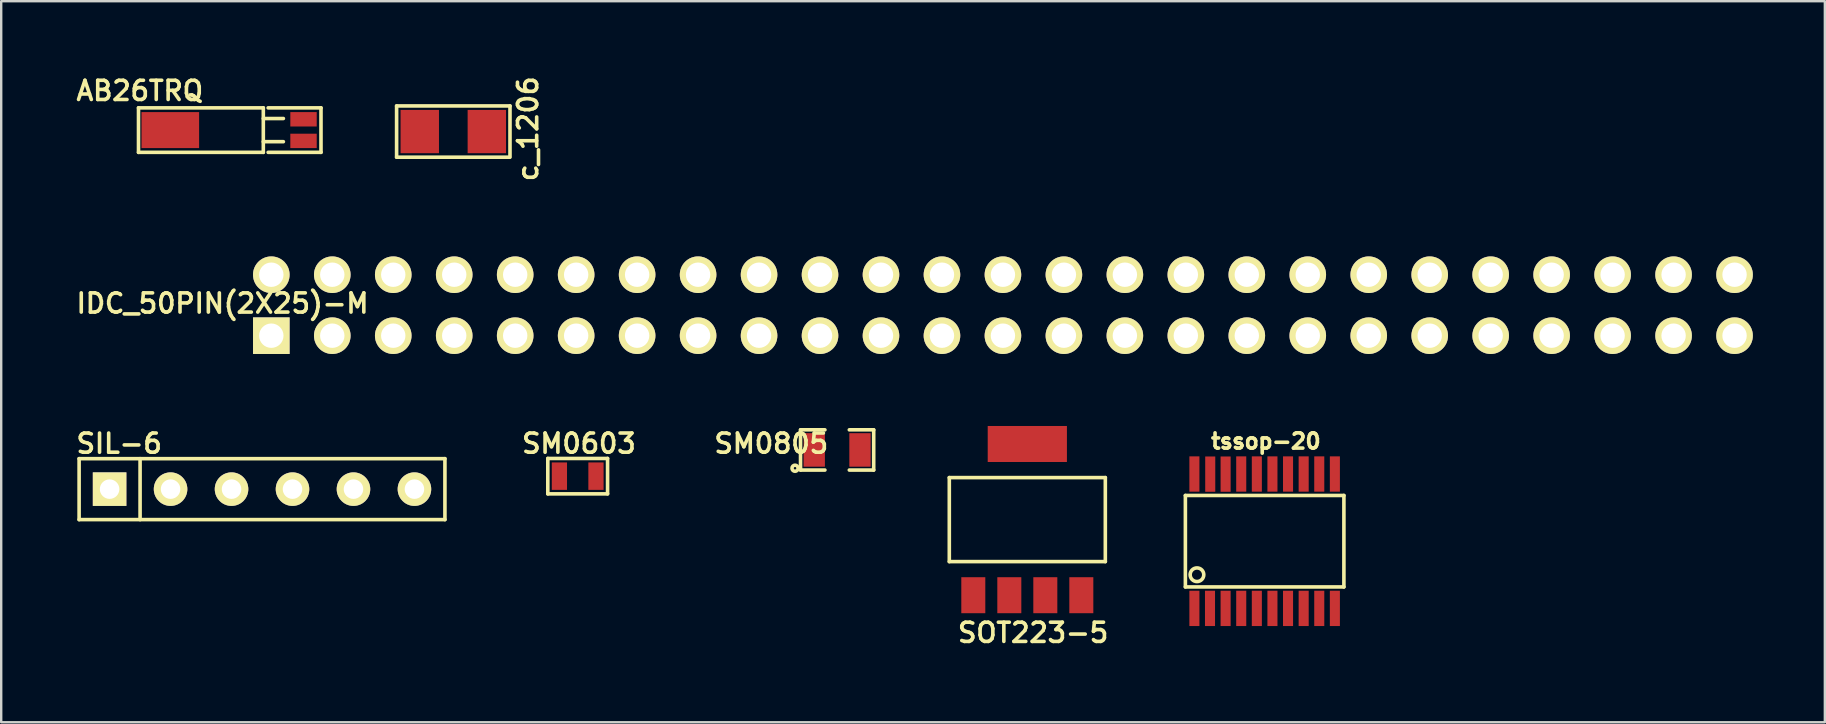
<source format=kicad_pcb>
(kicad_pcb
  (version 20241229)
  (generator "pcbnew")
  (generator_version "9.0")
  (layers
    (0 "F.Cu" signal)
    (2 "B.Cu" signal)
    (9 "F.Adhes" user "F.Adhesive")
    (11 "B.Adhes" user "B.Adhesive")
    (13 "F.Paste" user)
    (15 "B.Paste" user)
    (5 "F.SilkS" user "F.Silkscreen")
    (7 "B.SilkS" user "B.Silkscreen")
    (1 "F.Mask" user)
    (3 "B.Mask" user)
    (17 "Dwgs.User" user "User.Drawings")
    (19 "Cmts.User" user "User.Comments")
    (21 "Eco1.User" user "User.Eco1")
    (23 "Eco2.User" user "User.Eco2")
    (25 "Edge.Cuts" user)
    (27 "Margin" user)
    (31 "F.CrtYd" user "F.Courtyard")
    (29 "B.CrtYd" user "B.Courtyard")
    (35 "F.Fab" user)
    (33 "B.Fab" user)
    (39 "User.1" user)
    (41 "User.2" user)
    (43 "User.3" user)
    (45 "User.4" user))
  (footprint "tssop-20"
    (layer "F.Cu")
    (at 49.636 19.497)
    (property "Reference" "tssop-20" (at 0.051 -4.166 0) (layer "F.SilkS") (effects (font (size 0.635 0.635) (thickness 0.15))))
    (attr through_hole)
    (fp_line (start -3.302 -1.905) (end -3.302 1.905) (stroke (width 0.15) (type solid)) (layer "F.SilkS"))
    (fp_line (start -3.302 1.905) (end 3.302 1.905) (stroke (width 0.15) (type solid)) (layer "F.SilkS"))
    (fp_line (start 3.302 -1.905) (end -3.302 -1.905) (stroke (width 0.15) (type solid)) (layer "F.SilkS"))
    (fp_line (start 3.302 1.905) (end 3.302 -1.905) (stroke (width 0.15) (type solid)) (layer "F.SilkS"))
    (fp_circle (center -2.819 1.397) (end -2.946 1.651) (stroke (width 0.15) (type solid)) (fill no) (layer "F.SilkS"))
    (pad "1" smd rect (at -2.926 2.799) (size 0.419 1.471) (layers "F.Cu" "F.Mask" "F.Paste"))
    (pad "2" smd rect (at -2.276 2.799) (size 0.419 1.471) (layers "F.Cu" "F.Mask" "F.Paste"))
    (pad "3" smd rect (at -1.626 2.799) (size 0.419 1.471) (layers "F.Cu" "F.Mask" "F.Paste"))
    (pad "4" smd rect (at -0.975 2.799) (size 0.419 1.471) (layers "F.Cu" "F.Mask" "F.Paste"))
    (pad "5" smd rect (at -0.325 2.799) (size 0.419 1.471) (layers "F.Cu" "F.Mask" "F.Paste"))
    (pad "6" smd rect (at 0.325 2.799) (size 0.419 1.471) (layers "F.Cu" "F.Mask" "F.Paste"))
    (pad "7" smd rect (at 0.975 2.799) (size 0.419 1.471) (layers "F.Cu" "F.Mask" "F.Paste"))
    (pad "8" smd rect (at 1.626 2.799) (size 0.419 1.471) (layers "F.Cu" "F.Mask" "F.Paste"))
    (pad "9" smd rect (at 2.276 2.799) (size 0.419 1.471) (layers "F.Cu" "F.Mask" "F.Paste"))
    (pad "10" smd rect (at 2.926 2.799) (size 0.419 1.471) (layers "F.Cu" "F.Mask" "F.Paste"))
    (pad "11" smd rect (at 2.926 -2.799) (size 0.419 1.471) (layers "F.Cu" "F.Mask" "F.Paste"))
    (pad "12" smd rect (at 2.276 -2.799) (size 0.419 1.471) (layers "F.Cu" "F.Mask" "F.Paste"))
    (pad "13" smd rect (at 1.626 -2.799) (size 0.419 1.471) (layers "F.Cu" "F.Mask" "F.Paste"))
    (pad "14" smd rect (at 0.975 -2.799) (size 0.419 1.471) (layers "F.Cu" "F.Mask" "F.Paste"))
    (pad "15" smd rect (at 0.325 -2.799) (size 0.419 1.471) (layers "F.Cu" "F.Mask" "F.Paste"))
    (pad "16" smd rect (at -0.325 -2.799) (size 0.419 1.471) (layers "F.Cu" "F.Mask" "F.Paste"))
    (pad "17" smd rect (at -0.975 -2.799) (size 0.419 1.471) (layers "F.Cu" "F.Mask" "F.Paste"))
    (pad "18" smd rect (at -1.626 -2.794) (size 0.419 1.471) (layers "F.Cu" "F.Mask" "F.Paste"))
    (pad "19" smd rect (at -2.266 -2.794) (size 0.419 1.471) (layers "F.Cu" "F.Mask" "F.Paste"))
    (pad "20" smd rect (at -2.926 -2.799) (size 0.419 1.471) (layers "F.Cu" "F.Mask" "F.Paste")))
  (footprint "SM0805"
    (layer "F.Cu")
    (at 31.825 15.695)
    (property "Reference" "SM0805" (at -2.743 -0.267 0) (layer "F.SilkS") (effects (font (size 0.8 0.8) (thickness 0.15))))
    (attr smd)
    (fp_line (start -1.524 -0.838) (end -0.508 -0.838) (stroke (width 0.15) (type solid)) (layer "F.SilkS"))
    (fp_line (start -1.524 0.838) (end -1.524 -0.838) (stroke (width 0.15) (type solid)) (layer "F.SilkS"))
    (fp_line (start -0.508 0.838) (end -1.524 0.838) (stroke (width 0.15) (type solid)) (layer "F.SilkS"))
    (fp_line (start 0.508 -0.838) (end 1.524 -0.838) (stroke (width 0.15) (type solid)) (layer "F.SilkS"))
    (fp_line (start 1.524 -0.838) (end 1.524 0.838) (stroke (width 0.15) (type solid)) (layer "F.SilkS"))
    (fp_line (start 1.524 0.838) (end 0.508 0.838) (stroke (width 0.15) (type solid)) (layer "F.SilkS"))
    (fp_circle (center -1.753 0.762) (end -1.753 0.635) (stroke (width 0.15) (type solid)) (fill no) (layer "F.SilkS"))
    (pad "1" smd rect (at -0.953 0) (size 0.889 1.397) (layers "F.Cu" "F.Mask" "F.Paste"))
    (pad "2" smd rect (at 0.953 0) (size 0.889 1.397) (layers "F.Cu" "F.Mask" "F.Paste")))
  (footprint "SIL-6"
    (layer "F.Cu")
    (at 7.866 17.328)
    (property "Reference" "SIL-6" (at -5.95 -1.9 0) (layer "F.SilkS") (effects (font (size 0.8 0.8) (thickness 0.15))))
    (attr through_hole)
    (fp_line (start -7.62 -1.27) (end 7.62 -1.27) (stroke (width 0.15) (type solid)) (layer "F.SilkS"))
    (fp_line (start -7.62 1.27) (end -7.62 -1.27) (stroke (width 0.15) (type solid)) (layer "F.SilkS"))
    (fp_line (start -5.08 1.27) (end -5.08 -1.27) (stroke (width 0.15) (type solid)) (layer "F.SilkS"))
    (fp_line (start 7.62 -1.27) (end 7.62 1.27) (stroke (width 0.15) (type solid)) (layer "F.SilkS"))
    (fp_line (start 7.62 1.27) (end -7.62 1.27) (stroke (width 0.15) (type solid)) (layer "F.SilkS"))
    (pad "1" thru_hole rect (at -6.35 0) (size 1.397 1.397) (drill 0.813) (layers "*.Cu" "*.Mask" "F.SilkS"))
    (pad "2" thru_hole circle (at -3.81 0) (size 1.397 1.397) (drill 0.813) (layers "*.Cu" "*.Mask" "F.SilkS"))
    (pad "3" thru_hole circle (at -1.27 0) (size 1.397 1.397) (drill 0.813) (layers "*.Cu" "*.Mask" "F.SilkS"))
    (pad "4" thru_hole circle (at 1.27 0) (size 1.397 1.397) (drill 0.813) (layers "*.Cu" "*.Mask" "F.SilkS"))
    (pad "5" thru_hole circle (at 3.81 0) (size 1.397 1.397) (drill 0.813) (layers "*.Cu" "*.Mask" "F.SilkS"))
    (pad "6" thru_hole circle (at 6.35 0) (size 1.397 1.397) (drill 0.813) (layers "*.Cu" "*.Mask" "F.SilkS")))
  (footprint "SOT223-5"
    (layer "F.Cu")
    (at 39.749 18.597)
    (property "Reference" "SOT223-5" (at 0.241 4.712 0) (layer "F.SilkS") (effects (font (size 0.8 0.8) (thickness 0.15))))
    (attr through_hole)
    (fp_line (start -3.25 -1.75) (end 3.25 -1.75) (stroke (width 0.15) (type solid)) (layer "F.SilkS"))
    (fp_line (start -3.25 1.75) (end -3.25 -1.75) (stroke (width 0.15) (type solid)) (layer "F.SilkS"))
    (fp_line (start 3.25 -1.75) (end 3.25 1.75) (stroke (width 0.15) (type solid)) (layer "F.SilkS"))
    (fp_line (start 3.25 1.75) (end -3.25 1.75) (stroke (width 0.15) (type solid)) (layer "F.SilkS"))
    (pad "1" smd rect (at -2.25 3.15) (size 1 1.5) (layers "F.Cu" "F.Mask" "F.Paste"))
    (pad "2" smd rect (at -0.75 3.15) (size 1 1.5) (layers "F.Cu" "F.Mask" "F.Paste"))
    (pad "3" smd rect (at 0.75 3.15) (size 1 1.5) (layers "F.Cu" "F.Mask" "F.Paste"))
    (pad "4" smd rect (at 2.25 3.15) (size 1 1.5) (layers "F.Cu" "F.Mask" "F.Paste"))
    (pad "5" smd rect (at 0 -3.15) (size 3.3 1.5) (layers "F.Cu" "F.Mask" "F.Paste")))
  (footprint "SM0603"
    (layer "F.Cu")
    (at 21.017 16.787)
    (property "Reference" "SM0603" (at 0.051 -1.359 0) (layer "F.SilkS") (effects (font (size 0.8 0.8) (thickness 0.15))))
    (attr smd)
    (fp_line (start -1.245 -0.737) (end 1.245 -0.737) (stroke (width 0.15) (type solid)) (layer "F.SilkS"))
    (fp_line (start -1.245 0.737) (end -1.245 -0.737) (stroke (width 0.15) (type solid)) (layer "F.SilkS"))
    (fp_line (start 1.245 -0.737) (end 1.245 0.737) (stroke (width 0.15) (type solid)) (layer "F.SilkS"))
    (fp_line (start 1.245 0.737) (end -1.245 0.737) (stroke (width 0.15) (type solid)) (layer "F.SilkS"))
    (pad "1" smd rect (at -0.762 0) (size 0.635 1.143) (layers "F.Cu" "F.Mask" "F.Paste"))
    (pad "2" smd rect (at 0.762 0) (size 0.635 1.143) (layers "F.Cu" "F.Mask" "F.Paste")))
  (footprint "c_1206"
    (layer "F.Cu")
    (at 15.835 2.431)
    (property "Reference" "c_1206" (at 3.111 -0.114 90) (layer "F.SilkS") (effects (font (size 0.8 0.8) (thickness 0.15))))
    (attr through_hole)
    (fp_line (start -2.362 -1.067) (end 2.362 -1.067) (stroke (width 0.15) (type solid)) (layer "F.SilkS"))
    (fp_line (start -2.362 1.067) (end -2.362 -1.067) (stroke (width 0.15) (type solid)) (layer "F.SilkS"))
    (fp_line (start 2.337 1.067) (end -2.362 1.067) (stroke (width 0.15) (type solid)) (layer "F.SilkS"))
    (fp_line (start 2.362 1.067) (end 2.362 -1.067) (stroke (width 0.15) (type solid)) (layer "F.SilkS"))
    (pad "1" smd rect (at 1.397 0) (size 1.6 1.803) (layers "F.Cu" "F.Mask" "F.Paste"))
    (pad "2" smd rect (at -1.397 0) (size 1.6 1.803) (layers "F.Cu" "F.Mask" "F.Paste")))
  (footprint "AB26TRQ"
    (layer "F.Cu")
    (at 6.495 2.37)
    (property "Reference" "AB26TRQ" (at -3.721 -1.638 0) (layer "F.SilkS") (effects (font (size 0.8 0.8) (thickness 0.15))))
    (attr through_hole)
    (fp_line (start -3.775 -0.927) (end 1.425 -0.927) (stroke (width 0.15) (type solid)) (layer "F.SilkS"))
    (fp_line (start -3.775 0.927) (end -3.775 -0.927) (stroke (width 0.15) (type solid)) (layer "F.SilkS"))
    (fp_line (start 1.425 -0.927) (end 1.425 0.927) (stroke (width 0.15) (type solid)) (layer "F.SilkS"))
    (fp_line (start 1.425 0.927) (end -3.775 0.927) (stroke (width 0.15) (type solid)) (layer "F.SilkS"))
    (fp_line (start 2.261 -0.483) (end 1.425 -0.483) (stroke (width 0.15) (type solid)) (layer "F.SilkS"))
    (fp_line (start 2.261 0.483) (end 1.425 0.483) (stroke (width 0.15) (type solid)) (layer "F.SilkS"))
    (fp_line (start 3.828 -0.927) (end 1.626 -0.927) (stroke (width 0.15) (type solid)) (layer "F.SilkS"))
    (fp_line (start 3.828 -0.927) (end 3.828 0.927) (stroke (width 0.15) (type solid)) (layer "F.SilkS"))
    (fp_line (start 3.828 0.927) (end 1.626 0.927) (stroke (width 0.15) (type solid)) (layer "F.SilkS"))
    (pad "1" smd rect (at 3.1 0.45) (size 1.1 0.6) (layers "F.Cu" "F.Mask" "F.Paste"))
    (pad "2" smd rect (at -2.45 0) (size 2.4 1.5) (layers "F.Cu" "F.Mask" "F.Paste"))
    (pad "3" smd rect (at 3.1 -0.45) (size 1.1 0.6) (layers "F.Cu" "F.Mask" "F.Paste")))
  (footprint "IDC_50PIN(2X25)-M"
    (layer "F.Cu")
    (at 38.733 9.665)
    (property "Reference" "IDC_50PIN(2X25)-M" (at -32.512 -0.076 0) (layer "F.SilkS") (effects (font (size 0.8 0.8) (thickness 0.15))))
    (attr through_hole)
    (pad "1" thru_hole rect (at -30.48 1.27) (size 1.524 1.524) (drill 1.016) (layers "*.Cu" "*.Mask" "F.SilkS"))
    (pad "2" thru_hole circle (at -30.48 -1.27) (size 1.524 1.524) (drill 1.016) (layers "*.Cu" "*.Mask" "F.SilkS"))
    (pad "3" thru_hole circle (at -27.94 1.27) (size 1.524 1.524) (drill 1.016) (layers "*.Cu" "*.Mask" "F.SilkS"))
    (pad "4" thru_hole circle (at -27.94 -1.27) (size 1.524 1.524) (drill 1.016) (layers "*.Cu" "*.Mask" "F.SilkS"))
    (pad "5" thru_hole circle (at -25.4 1.27) (size 1.524 1.524) (drill 1.016) (layers "*.Cu" "*.Mask" "F.SilkS"))
    (pad "6" thru_hole circle (at -25.4 -1.27) (size 1.524 1.524) (drill 1.016) (layers "*.Cu" "*.Mask" "F.SilkS"))
    (pad "7" thru_hole circle (at -22.86 1.27) (size 1.524 1.524) (drill 1.016) (layers "*.Cu" "*.Mask" "F.SilkS"))
    (pad "8" thru_hole circle (at -22.86 -1.27) (size 1.524 1.524) (drill 1.016) (layers "*.Cu" "*.Mask" "F.SilkS"))
    (pad "9" thru_hole circle (at -20.32 1.27) (size 1.524 1.524) (drill 1.016) (layers "*.Cu" "*.Mask" "F.SilkS"))
    (pad "10" thru_hole circle (at -20.32 -1.27) (size 1.524 1.524) (drill 1.016) (layers "*.Cu" "*.Mask" "F.SilkS"))
    (pad "11" thru_hole circle (at -17.78 1.27) (size 1.524 1.524) (drill 1.016) (layers "*.Cu" "*.Mask" "F.SilkS"))
    (pad "12" thru_hole circle (at -17.78 -1.27) (size 1.524 1.524) (drill 1.016) (layers "*.Cu" "*.Mask" "F.SilkS"))
    (pad "13" thru_hole circle (at -15.24 1.27) (size 1.524 1.524) (drill 1.016) (layers "*.Cu" "*.Mask" "F.SilkS"))
    (pad "14" thru_hole circle (at -15.24 -1.27) (size 1.524 1.524) (drill 1.016) (layers "*.Cu" "*.Mask" "F.SilkS"))
    (pad "15" thru_hole circle (at -12.7 1.27) (size 1.524 1.524) (drill 1.016) (layers "*.Cu" "*.Mask" "F.SilkS"))
    (pad "16" thru_hole circle (at -12.7 -1.27) (size 1.524 1.524) (drill 1.016) (layers "*.Cu" "*.Mask" "F.SilkS"))
    (pad "17" thru_hole circle (at -10.16 1.27) (size 1.524 1.524) (drill 1.016) (layers "*.Cu" "*.Mask" "F.SilkS"))
    (pad "18" thru_hole circle (at -10.16 -1.27) (size 1.524 1.524) (drill 1.016) (layers "*.Cu" "*.Mask" "F.SilkS"))
    (pad "19" thru_hole circle (at -7.62 1.27) (size 1.524 1.524) (drill 1.016) (layers "*.Cu" "*.Mask" "F.SilkS"))
    (pad "20" thru_hole circle (at -7.62 -1.27) (size 1.524 1.524) (drill 1.016) (layers "*.Cu" "*.Mask" "F.SilkS"))
    (pad "21" thru_hole circle (at -5.08 1.27) (size 1.524 1.524) (drill 1.016) (layers "*.Cu" "*.Mask" "F.SilkS"))
    (pad "22" thru_hole circle (at -5.08 -1.27) (size 1.524 1.524) (drill 1.016) (layers "*.Cu" "*.Mask" "F.SilkS"))
    (pad "23" thru_hole circle (at -2.54 1.27) (size 1.524 1.524) (drill 1.016) (layers "*.Cu" "*.Mask" "F.SilkS"))
    (pad "24" thru_hole circle (at -2.54 -1.27) (size 1.524 1.524) (drill 1.016) (layers "*.Cu" "*.Mask" "F.SilkS"))
    (pad "25" thru_hole circle (at 0 1.27) (size 1.524 1.524) (drill 1.016) (layers "*.Cu" "*.Mask" "F.SilkS"))
    (pad "26" thru_hole circle (at 0 -1.27) (size 1.524 1.524) (drill 1.016) (layers "*.Cu" "*.Mask" "F.SilkS"))
    (pad "27" thru_hole circle (at 2.54 1.27) (size 1.524 1.524) (drill 1.016) (layers "*.Cu" "*.Mask" "F.SilkS"))
    (pad "28" thru_hole circle (at 2.54 -1.27) (size 1.524 1.524) (drill 1.016) (layers "*.Cu" "*.Mask" "F.SilkS"))
    (pad "29" thru_hole circle (at 5.08 1.27) (size 1.524 1.524) (drill 1.016) (layers "*.Cu" "*.Mask" "F.SilkS"))
    (pad "30" thru_hole circle (at 5.08 -1.27) (size 1.524 1.524) (drill 1.016) (layers "*.Cu" "*.Mask" "F.SilkS"))
    (pad "31" thru_hole circle (at 7.62 1.27) (size 1.524 1.524) (drill 1.016) (layers "*.Cu" "*.Mask" "F.SilkS"))
    (pad "32" thru_hole circle (at 7.62 -1.27) (size 1.524 1.524) (drill 1.016) (layers "*.Cu" "*.Mask" "F.SilkS"))
    (pad "33" thru_hole circle (at 10.16 1.27) (size 1.524 1.524) (drill 1.016) (layers "*.Cu" "*.Mask" "F.SilkS"))
    (pad "34" thru_hole circle (at 10.16 -1.27) (size 1.524 1.524) (drill 1.016) (layers "*.Cu" "*.Mask" "F.SilkS"))
    (pad "35" thru_hole circle (at 12.7 1.27) (size 1.524 1.524) (drill 1.016) (layers "*.Cu" "*.Mask" "F.SilkS"))
    (pad "36" thru_hole circle (at 12.7 -1.27) (size 1.524 1.524) (drill 1.016) (layers "*.Cu" "*.Mask" "F.SilkS"))
    (pad "37" thru_hole circle (at 15.24 1.27) (size 1.524 1.524) (drill 1.016) (layers "*.Cu" "*.Mask" "F.SilkS"))
    (pad "38" thru_hole circle (at 15.24 -1.27) (size 1.524 1.524) (drill 1.016) (layers "*.Cu" "*.Mask" "F.SilkS"))
    (pad "39" thru_hole circle (at 17.78 1.27) (size 1.524 1.524) (drill 1.016) (layers "*.Cu" "*.Mask" "F.SilkS"))
    (pad "40" thru_hole circle (at 17.78 -1.27) (size 1.524 1.524) (drill 1.016) (layers "*.Cu" "*.Mask" "F.SilkS"))
    (pad "41" thru_hole circle (at 20.32 1.27) (size 1.524 1.524) (drill 1.016) (layers "*.Cu" "*.Mask" "F.SilkS"))
    (pad "42" thru_hole circle (at 20.32 -1.27) (size 1.524 1.524) (drill 1.016) (layers "*.Cu" "*.Mask" "F.SilkS"))
    (pad "43" thru_hole circle (at 22.86 1.27) (size 1.524 1.524) (drill 1.016) (layers "*.Cu" "*.Mask" "F.SilkS"))
    (pad "44" thru_hole circle (at 22.86 -1.27) (size 1.524 1.524) (drill 1.016) (layers "*.Cu" "*.Mask" "F.SilkS"))
    (pad "45" thru_hole circle (at 25.4 1.27) (size 1.524 1.524) (drill 1.016) (layers "*.Cu" "*.Mask" "F.SilkS"))
    (pad "46" thru_hole circle (at 25.4 -1.27) (size 1.524 1.524) (drill 1.016) (layers "*.Cu" "*.Mask" "F.SilkS"))
    (pad "47" thru_hole circle (at 27.94 1.27) (size 1.524 1.524) (drill 1.016) (layers "*.Cu" "*.Mask" "F.SilkS"))
    (pad "48" thru_hole circle (at 27.94 -1.27) (size 1.524 1.524) (drill 1.016) (layers "*.Cu" "*.Mask" "F.SilkS"))
    (pad "49" thru_hole circle (at 30.48 1.27) (size 1.524 1.524) (drill 1.016) (layers "*.Cu" "*.Mask" "F.SilkS"))
    (pad "50" thru_hole circle (at 30.48 -1.27) (size 1.524 1.524) (drill 1.016) (layers "*.Cu" "*.Mask" "F.SilkS")))
  (gr_rect
    (start -3 -3)
    (end 72.975 27.04)
    (stroke (width 0.1) (type default))
    (fill no)
    (layer "Edge.Cuts")))
</source>
